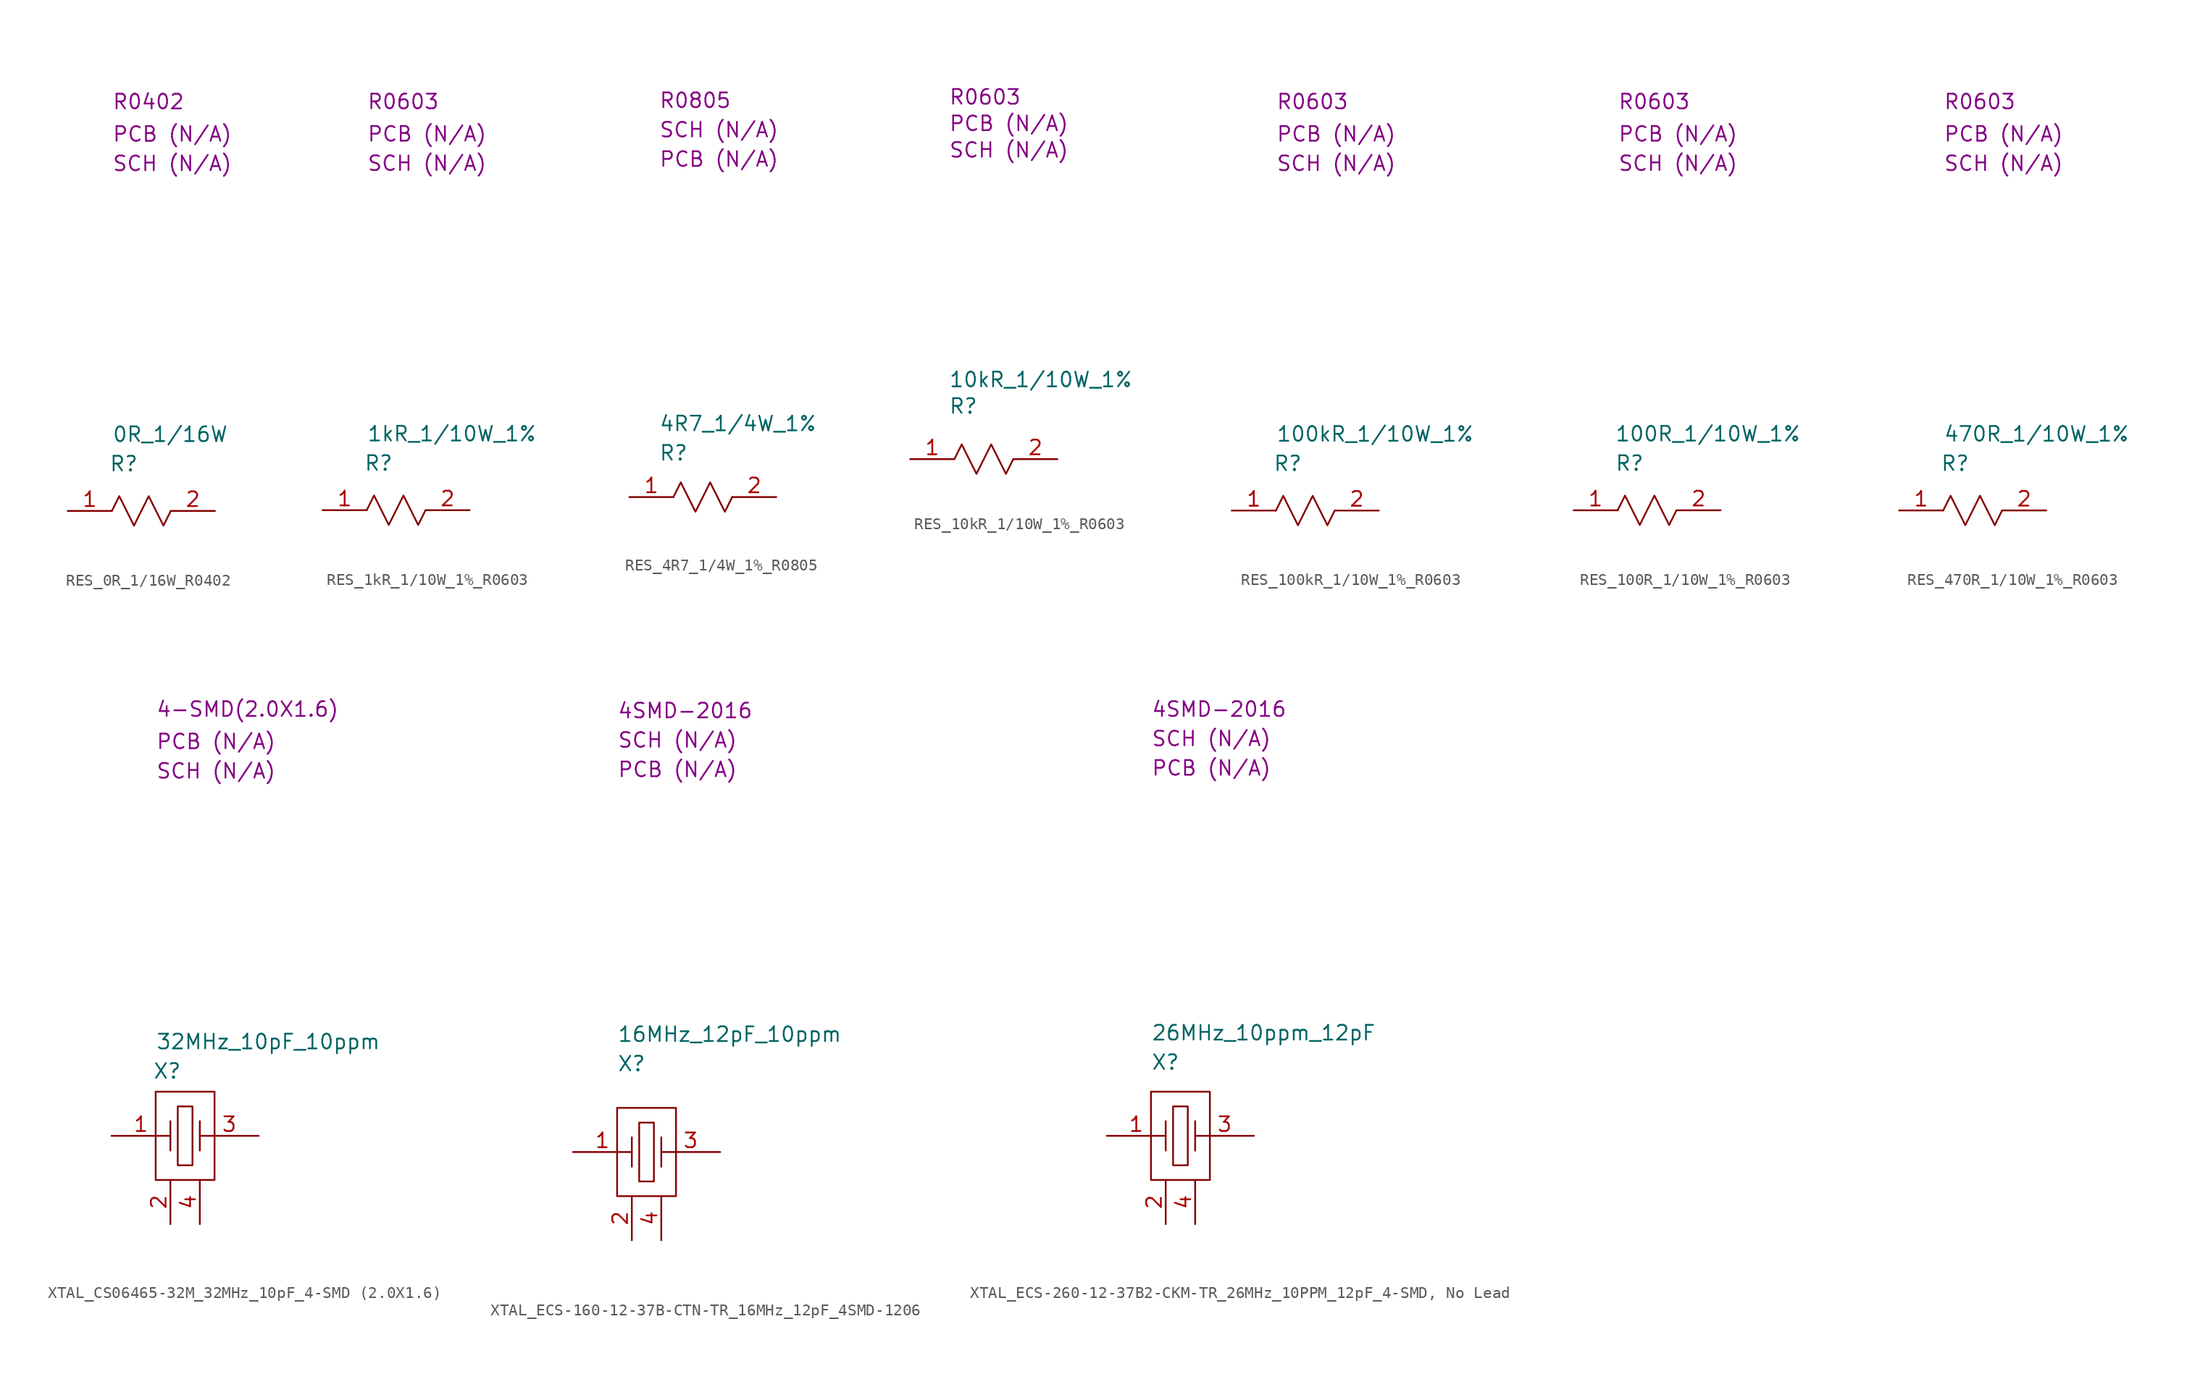
<source format=kicad_sym>
(kicad_symbol_lib
  (version 20231120)
  (generator "kicad_symbol_editor")
  (generator_version "8.0")
  (symbol "RES_0R_1/16W_R0402"
    (property "Reference" "R"
      (at 3.556 4.064 0)
      (effects (font (size 1.27 1.27)) (justify left)))
    (property "Value" "0R_1/16W"
      (at 3.81 6.604 0)
      (effects (font (size 1.27 1.27)) (justify left)))
    (property "Package" "R0402"
      (at 3.81 35.306 0)
      (effects (font (size 1.27 1.27)) (justify left)))
    (property "SCH CHECK" "SCH (N/A)"
      (at 3.81 29.972 0)
      (effects (font (size 1.27 1.27)) (justify left)))
    (property "PCB CHECK" "PCB (N/A)"
      (at 3.81 32.512 0)
      (effects (font (size 1.27 1.27)) (justify left)))
    (symbol "RES_0R_1/16W_R0402_0_0"
      (polyline (pts (xy 3.81 0) (xy 4.445 1.27) (xy 5.715 -1.27) (xy 6.985 1.27) (xy 8.255 -1.27) (xy 8.89 0)) (stroke (width 0) (type default)) (fill (type none))))
    (symbol "RES_0R_1/16W_R0402_1_1"
      (pin passive line (at 0 0 0) (length 3.81) (name "" (effects (font (size 1.27 1.27)))) (number "1" (effects (font (size 1.27 1.27)))))
      (pin passive line (at 12.7 0 180) (length 3.81) (name "" (effects (font (size 1.27 1.27)))) (number "2" (effects (font (size 1.27 1.27)))))))
  (symbol "RES_1kR_1/10W_1%_R0603"
    (property "Reference" "R"
      (at 3.556 4.064 0)
      (effects (font (size 1.27 1.27)) (justify left)))
    (property "Value" "1kR_1/10W_1%"
      (at 3.81 6.604 0)
      (effects (font (size 1.27 1.27)) (justify left)))
    (property "Package" "R0603"
      (at 3.81 35.306 0)
      (effects (font (size 1.27 1.27)) (justify left)))
    (property "SCH CHECK" "SCH (N/A)"
      (at 3.81 29.972 0)
      (effects (font (size 1.27 1.27)) (justify left)))
    (property "PCB CHECK" "PCB (N/A)"
      (at 3.81 32.512 0)
      (effects (font (size 1.27 1.27)) (justify left)))
    (symbol "RES_1kR_1/10W_1%_R0603_0_0"
      (polyline (pts (xy 3.81 0) (xy 4.445 1.27) (xy 5.715 -1.27) (xy 6.985 1.27) (xy 8.255 -1.27) (xy 8.89 0)) (stroke (width 0) (type default)) (fill (type none))))
    (symbol "RES_1kR_1/10W_1%_R0603_1_1"
      (pin passive line (at 0 0 0) (length 3.81) (name "" (effects (font (size 1.27 1.27)))) (number "1" (effects (font (size 1.27 1.27)))))
      (pin passive line (at 12.7 0 180) (length 3.81) (name "" (effects (font (size 1.27 1.27)))) (number "2" (effects (font (size 1.27 1.27)))))))
  (symbol "RES_4R7_1/4W_1%_R0805"
    (property "Reference" "R"
      (at 2.54 3.81 0)
      (effects (font (size 1.27 1.27)) (justify left)))
    (property "Value" "4R7_1/4W_1%"
      (at 2.54 6.35 0)
      (effects (font (size 1.27 1.27)) (justify left)))
    (property "Package" "R0805"
      (at 2.54 34.29 0)
      (effects (font (size 1.27 1.27)) (justify left)))
    (property "SCH CHECK" "SCH (N/A)"
      (at 2.54 31.75 0)
      (effects (font (size 1.27 1.27)) (justify left)))
    (property "PCB CHECk" "PCB (N/A)"
      (at 2.54 29.21 0)
      (effects (font (size 1.27 1.27)) (justify left)))
    (symbol "RES_4R7_1/4W_1%_R0805_0_0"
      (polyline (pts (xy 3.81 0) (xy 4.445 1.27) (xy 5.715 -1.27) (xy 6.985 1.27) (xy 8.255 -1.27) (xy 8.89 0)) (stroke (width 0) (type default)) (fill (type none))))
    (symbol "RES_4R7_1/4W_1%_R0805_1_1"
      (pin passive line (at 0 0 0) (length 3.81) (name "" (effects (font (size 1.27 1.27)))) (number "1" (effects (font (size 1.27 1.27)))))
      (pin passive line (at 12.7 0 180) (length 3.81) (name "" (effects (font (size 1.27 1.27)))) (number "2" (effects (font (size 1.27 1.27)))))))
  (symbol "RES_10kR_1/10W_1%_R0603"
    (property "Reference" "R"
      (at 3.302 4.572 0)
      (effects (font (size 1.27 1.27)) (justify left)))
    (property "Value" "10kR_1/10W_1%"
      (at 3.302 6.858 0)
      (effects (font (size 1.27 1.27)) (justify left)))
    (property "Package" "R0603"
      (at 3.302 31.242 0)
      (effects (font (size 1.27 1.27)) (justify left)))
    (property "SCH CHECK" "SCH (N/A)"
      (at 3.302 26.67 0)
      (effects (font (size 1.27 1.27)) (justify left)))
    (property "PCB CHECK" "PCB (N/A)"
      (at 3.302 28.956 0)
      (effects (font (size 1.27 1.27)) (justify left)))
    (symbol "RES_10kR_1/10W_1%_R0603_0_0"
      (polyline (pts (xy 3.81 0) (xy 4.445 1.27) (xy 5.715 -1.27) (xy 6.985 1.27) (xy 8.255 -1.27) (xy 8.89 0)) (stroke (width 0) (type default)) (fill (type none))))
    (symbol "RES_10kR_1/10W_1%_R0603_1_1"
      (pin passive line (at 0 0 0) (length 3.81) (name "" (effects (font (size 1.27 1.27)))) (number "1" (effects (font (size 1.27 1.27)))))
      (pin passive line (at 12.7 0 180) (length 3.81) (name "" (effects (font (size 1.27 1.27)))) (number "2" (effects (font (size 1.27 1.27)))))))
  (symbol "RES_100kR_1/10W_1%_R0603"
    (property "Reference" "R"
      (at 3.556 4.064 0)
      (effects (font (size 1.27 1.27)) (justify left)))
    (property "Value" "100kR_1/10W_1%"
      (at 3.81 6.604 0)
      (effects (font (size 1.27 1.27)) (justify left)))
    (property "Package" "R0603"
      (at 3.81 35.306 0)
      (effects (font (size 1.27 1.27)) (justify left)))
    (property "SCH CHECK" "SCH (N/A)"
      (at 3.81 29.972 0)
      (effects (font (size 1.27 1.27)) (justify left)))
    (property "PCB CHECK" "PCB (N/A)"
      (at 3.81 32.512 0)
      (effects (font (size 1.27 1.27)) (justify left)))
    (symbol "RES_100kR_1/10W_1%_R0603_0_0"
      (polyline (pts (xy 3.81 0) (xy 4.445 1.27) (xy 5.715 -1.27) (xy 6.985 1.27) (xy 8.255 -1.27) (xy 8.89 0)) (stroke (width 0) (type default)) (fill (type none))))
    (symbol "RES_100kR_1/10W_1%_R0603_1_1"
      (pin passive line (at 0 0 0) (length 3.81) (name "" (effects (font (size 1.27 1.27)))) (number "1" (effects (font (size 1.27 1.27)))))
      (pin passive line (at 12.7 0 180) (length 3.81) (name "" (effects (font (size 1.27 1.27)))) (number "2" (effects (font (size 1.27 1.27)))))))
  (symbol "RES_100R_1/10W_1%_R0603"
    (property "Reference" "R"
      (at 3.556 4.064 0)
      (effects (font (size 1.27 1.27)) (justify left)))
    (property "Value" "100R_1/10W_1%"
      (at 3.556 6.604 0)
      (effects (font (size 1.27 1.27)) (justify left)))
    (property "Package" "R0603"
      (at 3.81 35.306 0)
      (effects (font (size 1.27 1.27)) (justify left)))
    (property "SCH CHECK" "SCH (N/A)"
      (at 3.81 29.972 0)
      (effects (font (size 1.27 1.27)) (justify left)))
    (property "PCB CHECK" "PCB (N/A)"
      (at 3.81 32.512 0)
      (effects (font (size 1.27 1.27)) (justify left)))
    (symbol "RES_100R_1/10W_1%_R0603_0_0"
      (polyline (pts (xy 3.81 0) (xy 4.445 1.27) (xy 5.715 -1.27) (xy 6.985 1.27) (xy 8.255 -1.27) (xy 8.89 0)) (stroke (width 0) (type default)) (fill (type none))))
    (symbol "RES_100R_1/10W_1%_R0603_1_1"
      (pin passive line (at 0 0 0) (length 3.81) (name "" (effects (font (size 1.27 1.27)))) (number "1" (effects (font (size 1.27 1.27)))))
      (pin passive line (at 12.7 0 180) (length 3.81) (name "" (effects (font (size 1.27 1.27)))) (number "2" (effects (font (size 1.27 1.27)))))))
  (symbol "RES_470R_1/10W_1%_R0603"
    (property "Reference" "R"
      (at 3.556 4.064 0)
      (effects (font (size 1.27 1.27)) (justify left)))
    (property "Value" "470R_1/10W_1%"
      (at 3.81 6.604 0)
      (effects (font (size 1.27 1.27)) (justify left)))
    (property "Package" "R0603"
      (at 3.81 35.306 0)
      (effects (font (size 1.27 1.27)) (justify left)))
    (property "SCH CHECK" "SCH (N/A)"
      (at 3.81 29.972 0)
      (effects (font (size 1.27 1.27)) (justify left)))
    (property "PCB CHECK" "PCB (N/A)"
      (at 3.81 32.512 0)
      (effects (font (size 1.27 1.27)) (justify left)))
    (symbol "RES_470R_1/10W_1%_R0603_0_0"
      (polyline (pts (xy 3.81 0) (xy 4.445 1.27) (xy 5.715 -1.27) (xy 6.985 1.27) (xy 8.255 -1.27) (xy 8.89 0)) (stroke (width 0) (type default)) (fill (type none))))
    (symbol "RES_470R_1/10W_1%_R0603_1_1"
      (pin passive line (at 0 0 0) (length 3.81) (name "" (effects (font (size 1.27 1.27)))) (number "1" (effects (font (size 1.27 1.27)))))
      (pin passive line (at 12.7 0 180) (length 3.81) (name "" (effects (font (size 1.27 1.27)))) (number "2" (effects (font (size 1.27 1.27)))))))
  (symbol "XTAL_CS06465-32M_32MHz_10pF_4-SMD (2.0X1.6)"
    (property "Reference" "X"
      (at 3.556 5.588 0)
      (effects (font (size 1.27 1.27)) (justify left)))
    (property "Value" "32MHz_10pF_10ppm"
      (at 3.81 8.128 0)
      (effects (font (size 1.27 1.27)) (justify left)))
    (property "Package" "4-SMD(2.0X1.6)"
      (at 3.81 36.83 0)
      (effects (font (size 1.27 1.27)) (justify left)))
    (property "SCH CHECK" "SCH (N/A)"
      (at 3.81 31.496 0)
      (effects (font (size 1.27 1.27)) (justify left)))
    (property "PCB CHECK" "PCB (N/A)"
      (at 3.81 34.036 0)
      (effects (font (size 1.27 1.27)) (justify left)))
    (symbol "XTAL_CS06465-32M_32MHz_10pF_4-SMD (2.0X1.6)_0_1"
      (polyline (pts (xy 5.08 1.27) (xy 5.08 -1.27)) (stroke (width 0) (type default)) (fill (type none)))
      (polyline (pts (xy 7.62 1.27) (xy 7.62 -1.27)) (stroke (width 0) (type default)) (fill (type none)))
      (polyline (pts (xy 3.81 3.81) (xy 3.81 -3.81) (xy 8.89 -3.81) (xy 8.89 3.81) (xy 3.81 3.81)) (stroke (width 0) (type default)) (fill (type none)))
      (polyline (pts (xy 5.715 2.54) (xy 6.985 2.54) (xy 6.985 -2.54) (xy 5.715 -2.54) (xy 5.715 2.54)) (stroke (width 0) (type default)) (fill (type none))))
    (symbol "XTAL_CS06465-32M_32MHz_10pF_4-SMD (2.0X1.6)_1_1"
      (pin passive line (at 0 0 0) (length 5.08) (name "" (effects (font (size 1.27 1.27)))) (number "1" (effects (font (size 1.27 1.27)))))
      (pin passive line (at 5.08 -7.62 90) (length 3.81) (name "" (effects (font (size 1.27 1.27)))) (number "2" (effects (font (size 1.27 1.27)))))
      (pin passive line (at 12.7 0 180) (length 5.08) (name "" (effects (font (size 1.27 1.27)))) (number "3" (effects (font (size 1.27 1.27)))))
      (pin passive line (at 7.62 -7.62 90) (length 3.81) (name "" (effects (font (size 1.27 1.27)))) (number "4" (effects (font (size 1.27 1.27)))))))
  (symbol "XTAL_ECS-160-12-37B-CTN-TR_16MHz_12pF_4SMD-1206"
    (property "Reference" "X"
      (at 3.81 7.62 0)
      (effects (font (size 1.27 1.27)) (justify left)))
    (property "Value" "16MHz_12pF_10ppm"
      (at 3.81 10.16 0)
      (effects (font (size 1.27 1.27)) (justify left)))
    (property "Package" "4SMD-2016"
      (at 3.81 38.1 0)
      (effects (font (size 1.27 1.27)) (justify left)))
    (property "SCH CHECK" "SCH (N/A)"
      (at 3.81 35.56 0)
      (effects (font (size 1.27 1.27)) (justify left)))
    (property "PCB CHECk" "PCB (N/A)"
      (at 3.81 33.02 0)
      (effects (font (size 1.27 1.27)) (justify left)))
    (symbol "XTAL_ECS-160-12-37B-CTN-TR_16MHz_12pF_4SMD-1206_0_1"
      (polyline (pts (xy 5.08 1.27) (xy 5.08 -1.27)) (stroke (width 0) (type default)) (fill (type none)))
      (polyline (pts (xy 7.62 1.27) (xy 7.62 -1.27)) (stroke (width 0) (type default)) (fill (type none)))
      (polyline (pts (xy 3.81 3.81) (xy 3.81 -3.81) (xy 8.89 -3.81) (xy 8.89 3.81) (xy 3.81 3.81)) (stroke (width 0) (type default)) (fill (type none)))
      (polyline (pts (xy 5.715 2.54) (xy 6.985 2.54) (xy 6.985 -2.54) (xy 5.715 -2.54) (xy 5.715 2.54)) (stroke (width 0) (type default)) (fill (type none))))
    (symbol "XTAL_ECS-160-12-37B-CTN-TR_16MHz_12pF_4SMD-1206_1_1"
      (pin passive line (at 0 0 0) (length 5.08) (name "" (effects (font (size 1.27 1.27)))) (number "1" (effects (font (size 1.27 1.27)))))
      (pin passive line (at 5.08 -7.62 90) (length 3.81) (name "" (effects (font (size 1.27 1.27)))) (number "2" (effects (font (size 1.27 1.27)))))
      (pin passive line (at 12.7 0 180) (length 5.08) (name "" (effects (font (size 1.27 1.27)))) (number "3" (effects (font (size 1.27 1.27)))))
      (pin passive line (at 7.62 -7.62 90) (length 3.81) (name "" (effects (font (size 1.27 1.27)))) (number "4" (effects (font (size 1.27 1.27)))))))
  (symbol "XTAL_ECS-260-12-37B2-CKM-TR_26MHz_10PPM_12pF_4-SMD, No Lead"
    (property "Reference" "X"
      (at 3.81 6.35 0)
      (effects (font (size 1.27 1.27)) (justify left)))
    (property "Value" "26MHz_10ppm_12pF"
      (at 3.81 8.89 0)
      (effects (font (size 1.27 1.27)) (justify left)))
    (property "SCH CHECK" "SCH (N/A)"
      (at 3.81 34.29 0)
      (effects (font (size 1.27 1.27)) (justify left)))
    (property "Package" "4SMD-2016"
      (at 3.81 36.83 0)
      (effects (font (size 1.27 1.27)) (justify left)))
    (property "PCB CHECK" "PCB (N/A)"
      (at 3.81 31.75 0)
      (effects (font (size 1.27 1.27)) (justify left)))
    (symbol "XTAL_ECS-260-12-37B2-CKM-TR_26MHz_10PPM_12pF_4-SMD, No Lead_0_1"
      (polyline (pts (xy 5.08 1.27) (xy 5.08 -1.27)) (stroke (width 0) (type default)) (fill (type none)))
      (polyline (pts (xy 7.62 1.27) (xy 7.62 -1.27)) (stroke (width 0) (type default)) (fill (type none)))
      (polyline (pts (xy 3.81 3.81) (xy 3.81 -3.81) (xy 8.89 -3.81) (xy 8.89 3.81) (xy 3.81 3.81)) (stroke (width 0) (type default)) (fill (type none)))
      (polyline (pts (xy 5.715 2.54) (xy 6.985 2.54) (xy 6.985 -2.54) (xy 5.715 -2.54) (xy 5.715 2.54)) (stroke (width 0) (type default)) (fill (type none))))
    (symbol "XTAL_ECS-260-12-37B2-CKM-TR_26MHz_10PPM_12pF_4-SMD, No Lead_1_1"
      (pin passive line (at 0 0 0) (length 5.08) (name "" (effects (font (size 1.27 1.27)))) (number "1" (effects (font (size 1.27 1.27)))))
      (pin passive line (at 5.08 -7.62 90) (length 3.81) (name "" (effects (font (size 1.27 1.27)))) (number "2" (effects (font (size 1.27 1.27)))))
      (pin passive line (at 12.7 0 180) (length 5.08) (name "" (effects (font (size 1.27 1.27)))) (number "3" (effects (font (size 1.27 1.27)))))
      (pin passive line (at 7.62 -7.62 90) (length 3.81) (name "" (effects (font (size 1.27 1.27)))) (number "4" (effects (font (size 1.27 1.27))))))))
</source>
